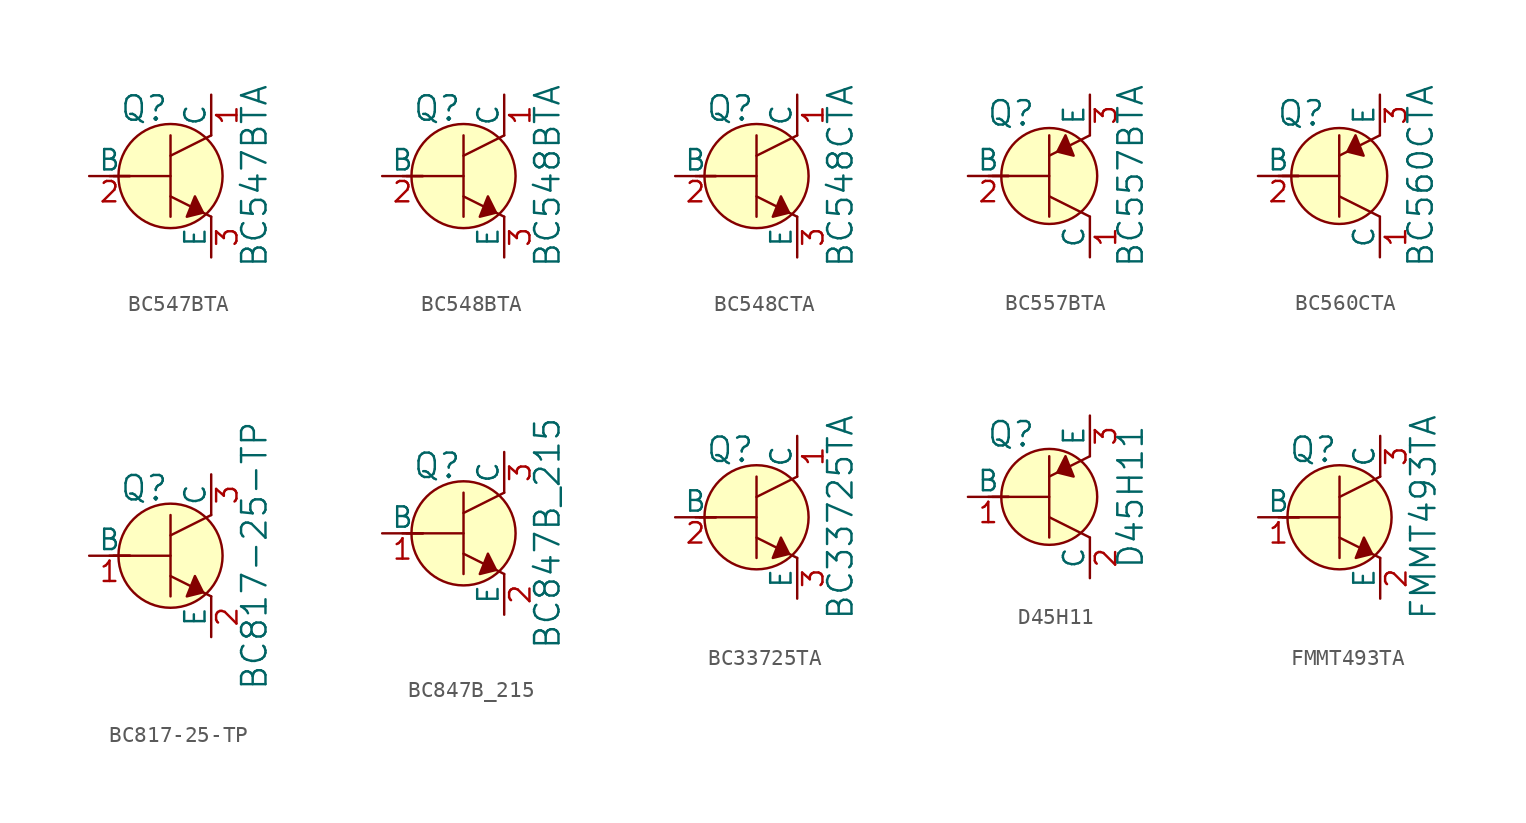
<source format=kicad_sym>
(kicad_symbol_lib
  (version 20231120)
  (generator "kicad_symbol_editor")
  (generator_version "8.0")
  (symbol "BC547BTA"
    (pin_names
      (offset 0))
    (property "Reference" "Q"
      (at -3.2 4.216 0)
      (effects (font (size 1.524 1.524)) (justify left)))
    (property "Value" "BC547BTA"
      (at 5.232 0 90)
      (effects (font (size 1.524 1.524))))
    (symbol "BC547BTA_0_1"
      (polyline (pts (xy -3.81 0) (xy -2.54 0)) (stroke (width 0) (type solid)) (fill (type none)))
      (polyline (pts (xy -3.556 0) (xy 0 0)) (stroke (width 0) (type solid)) (fill (type none)))
      (polyline (pts (xy 0 -1.27) (xy 2.54 -2.54)) (stroke (width 0) (type solid)) (fill (type none)))
      (polyline (pts (xy 0 1.27) (xy 2.54 2.54)) (stroke (width 0) (type solid)) (fill (type none)))
      (polyline (pts (xy 0 2.54) (xy 0 -2.54)) (stroke (width 0) (type solid)) (fill (type none)))
      (polyline (pts (xy 1.524 -1.27) (xy 2.032 -2.286) (xy 1.016 -2.54) (xy 1.524 -1.27)) (stroke (width 0) (type solid)) (fill (type outline)))
      (circle (center 0 0) (radius 3.251) (stroke (width 0) (type solid)) (fill (type background))))
    (symbol "BC547BTA_1_1"
      (pin passive line (at 2.54 5.08 270) (length 2.54) (name "C" (effects (font (size 1.27 1.27)))) (number "1" (effects (font (size 1.27 1.27)))))
      (pin input line (at -5.08 0 0) (length 2.54) (name "B" (effects (font (size 1.27 1.27)))) (number "2" (effects (font (size 1.27 1.27)))))
      (pin passive line (at 2.54 -5.08 90) (length 2.54) (name "E" (effects (font (size 1.27 1.27)))) (number "3" (effects (font (size 1.27 1.27)))))))
  (symbol "BC548BTA"
    (pin_names
      (offset 0))
    (property "Reference" "Q"
      (at -3.2 4.216 0)
      (effects (font (size 1.524 1.524)) (justify left)))
    (property "Value" "BC548BTA"
      (at 5.232 0 90)
      (effects (font (size 1.524 1.524))))
    (symbol "BC548BTA_0_1"
      (polyline (pts (xy -3.81 0) (xy -2.54 0)) (stroke (width 0) (type solid)) (fill (type none)))
      (polyline (pts (xy -3.556 0) (xy 0 0)) (stroke (width 0) (type solid)) (fill (type none)))
      (polyline (pts (xy 0 -1.27) (xy 2.54 -2.54)) (stroke (width 0) (type solid)) (fill (type none)))
      (polyline (pts (xy 0 1.27) (xy 2.54 2.54)) (stroke (width 0) (type solid)) (fill (type none)))
      (polyline (pts (xy 0 2.54) (xy 0 -2.54)) (stroke (width 0) (type solid)) (fill (type none)))
      (polyline (pts (xy 1.524 -1.27) (xy 2.032 -2.286) (xy 1.016 -2.54) (xy 1.524 -1.27)) (stroke (width 0) (type solid)) (fill (type outline)))
      (circle (center 0 0) (radius 3.251) (stroke (width 0) (type solid)) (fill (type background))))
    (symbol "BC548BTA_1_1"
      (pin passive line (at 2.54 5.08 270) (length 2.54) (name "C" (effects (font (size 1.27 1.27)))) (number "1" (effects (font (size 1.27 1.27)))))
      (pin input line (at -5.08 0 0) (length 2.54) (name "B" (effects (font (size 1.27 1.27)))) (number "2" (effects (font (size 1.27 1.27)))))
      (pin passive line (at 2.54 -5.08 90) (length 2.54) (name "E" (effects (font (size 1.27 1.27)))) (number "3" (effects (font (size 1.27 1.27)))))))
  (symbol "BC548CTA"
    (pin_names
      (offset 0))
    (property "Reference" "Q"
      (at -3.2 4.216 0)
      (effects (font (size 1.524 1.524)) (justify left)))
    (property "Value" "BC548CTA"
      (at 5.232 0 90)
      (effects (font (size 1.524 1.524))))
    (symbol "BC548CTA_0_1"
      (polyline (pts (xy -3.81 0) (xy -2.54 0)) (stroke (width 0) (type solid)) (fill (type none)))
      (polyline (pts (xy -3.556 0) (xy 0 0)) (stroke (width 0) (type solid)) (fill (type none)))
      (polyline (pts (xy 0 -1.27) (xy 2.54 -2.54)) (stroke (width 0) (type solid)) (fill (type none)))
      (polyline (pts (xy 0 1.27) (xy 2.54 2.54)) (stroke (width 0) (type solid)) (fill (type none)))
      (polyline (pts (xy 0 2.54) (xy 0 -2.54)) (stroke (width 0) (type solid)) (fill (type none)))
      (polyline (pts (xy 1.524 -1.27) (xy 2.032 -2.286) (xy 1.016 -2.54) (xy 1.524 -1.27)) (stroke (width 0) (type solid)) (fill (type outline)))
      (circle (center 0 0) (radius 3.251) (stroke (width 0) (type solid)) (fill (type background))))
    (symbol "BC548CTA_1_1"
      (pin passive line (at 2.54 5.08 270) (length 2.54) (name "C" (effects (font (size 1.27 1.27)))) (number "1" (effects (font (size 1.27 1.27)))))
      (pin input line (at -5.08 0 0) (length 2.54) (name "B" (effects (font (size 1.27 1.27)))) (number "2" (effects (font (size 1.27 1.27)))))
      (pin passive line (at 2.54 -5.08 90) (length 2.54) (name "E" (effects (font (size 1.27 1.27)))) (number "3" (effects (font (size 1.27 1.27)))))))
  (symbol "BC557BTA"
    (pin_names
      (offset 0))
    (property "Reference" "Q"
      (at -2.388 3.912 0)
      (effects (font (size 1.524 1.524))))
    (property "Value" "BC557BTA"
      (at 5.08 0 90)
      (effects (font (size 1.524 1.524))))
    (symbol "BC557BTA_0_1"
      (polyline (pts (xy -3.81 0) (xy -2.54 0)) (stroke (width 0) (type solid)) (fill (type none)))
      (polyline (pts (xy -3.556 0) (xy 0 0)) (stroke (width 0) (type solid)) (fill (type none)))
      (polyline (pts (xy 0 -1.27) (xy 2.54 -2.54)) (stroke (width 0) (type solid)) (fill (type none)))
      (polyline (pts (xy 0 1.27) (xy 2.54 2.54)) (stroke (width 0) (type solid)) (fill (type none)))
      (polyline (pts (xy 0 2.54) (xy 0 -2.54)) (stroke (width 0) (type solid)) (fill (type none)))
      (polyline (pts (xy 1.016 2.54) (xy 0.508 1.524) (xy 1.524 1.27) (xy 1.016 2.54)) (stroke (width 0) (type solid)) (fill (type outline)))
      (circle (center 0 0) (radius 2.997) (stroke (width 0) (type solid)) (fill (type background))))
    (symbol "BC557BTA_1_1"
      (pin passive line (at 2.54 -5.08 90) (length 2.54) (name "C" (effects (font (size 1.27 1.27)))) (number "1" (effects (font (size 1.27 1.27)))))
      (pin input line (at -5.08 0 0) (length 2.54) (name "B" (effects (font (size 1.27 1.27)))) (number "2" (effects (font (size 1.27 1.27)))))
      (pin passive line (at 2.54 5.08 270) (length 2.54) (name "E" (effects (font (size 1.27 1.27)))) (number "3" (effects (font (size 1.27 1.27)))))))
  (symbol "BC560CTA"
    (pin_names
      (offset 0))
    (property "Reference" "Q"
      (at -2.388 3.912 0)
      (effects (font (size 1.524 1.524))))
    (property "Value" "BC560CTA"
      (at 5.08 0 90)
      (effects (font (size 1.524 1.524))))
    (symbol "BC560CTA_0_1"
      (polyline (pts (xy -3.81 0) (xy -2.54 0)) (stroke (width 0) (type solid)) (fill (type none)))
      (polyline (pts (xy -3.556 0) (xy 0 0)) (stroke (width 0) (type solid)) (fill (type none)))
      (polyline (pts (xy 0 -1.27) (xy 2.54 -2.54)) (stroke (width 0) (type solid)) (fill (type none)))
      (polyline (pts (xy 0 1.27) (xy 2.54 2.54)) (stroke (width 0) (type solid)) (fill (type none)))
      (polyline (pts (xy 0 2.54) (xy 0 -2.54)) (stroke (width 0) (type solid)) (fill (type none)))
      (polyline (pts (xy 1.016 2.54) (xy 0.508 1.524) (xy 1.524 1.27) (xy 1.016 2.54)) (stroke (width 0) (type solid)) (fill (type outline)))
      (circle (center 0 0) (radius 2.997) (stroke (width 0) (type solid)) (fill (type background))))
    (symbol "BC560CTA_1_1"
      (pin passive line (at 2.54 -5.08 90) (length 2.54) (name "C" (effects (font (size 1.27 1.27)))) (number "1" (effects (font (size 1.27 1.27)))))
      (pin input line (at -5.08 0 0) (length 2.54) (name "B" (effects (font (size 1.27 1.27)))) (number "2" (effects (font (size 1.27 1.27)))))
      (pin passive line (at 2.54 5.08 270) (length 2.54) (name "E" (effects (font (size 1.27 1.27)))) (number "3" (effects (font (size 1.27 1.27)))))))
  (symbol "BC817-25-TP"
    (pin_names
      (offset 0))
    (property "Reference" "Q"
      (at -3.2 4.216 0)
      (effects (font (size 1.524 1.524)) (justify left)))
    (property "Value" "BC817-25-TP"
      (at 5.232 0 90)
      (effects (font (size 1.524 1.524))))
    (symbol "BC817-25-TP_0_1"
      (polyline (pts (xy -3.81 0) (xy -2.54 0)) (stroke (width 0) (type solid)) (fill (type none)))
      (polyline (pts (xy -3.556 0) (xy 0 0)) (stroke (width 0) (type solid)) (fill (type none)))
      (polyline (pts (xy 0 -1.27) (xy 2.54 -2.54)) (stroke (width 0) (type solid)) (fill (type none)))
      (polyline (pts (xy 0 1.27) (xy 2.54 2.54)) (stroke (width 0) (type solid)) (fill (type none)))
      (polyline (pts (xy 0 2.54) (xy 0 -2.54)) (stroke (width 0) (type solid)) (fill (type none)))
      (polyline (pts (xy 1.524 -1.27) (xy 2.032 -2.286) (xy 1.016 -2.54) (xy 1.524 -1.27)) (stroke (width 0) (type solid)) (fill (type outline)))
      (circle (center 0 0) (radius 3.251) (stroke (width 0) (type solid)) (fill (type background))))
    (symbol "BC817-25-TP_1_1"
      (pin input line (at -5.08 0 0) (length 2.54) (name "B" (effects (font (size 1.27 1.27)))) (number "1" (effects (font (size 1.27 1.27)))))
      (pin passive line (at 2.54 -5.08 90) (length 2.54) (name "E" (effects (font (size 1.27 1.27)))) (number "2" (effects (font (size 1.27 1.27)))))
      (pin passive line (at 2.54 5.08 270) (length 2.54) (name "C" (effects (font (size 1.27 1.27)))) (number "3" (effects (font (size 1.27 1.27)))))))
  (symbol "BC847B_215"
    (pin_names
      (offset 0))
    (property "Reference" "Q"
      (at -3.2 4.216 0)
      (effects (font (size 1.524 1.524)) (justify left)))
    (property "Value" "BC847B_215"
      (at 5.232 0 90)
      (effects (font (size 1.524 1.524))))
    (symbol "BC847B_215_0_1"
      (polyline (pts (xy -3.81 0) (xy -2.54 0)) (stroke (width 0) (type solid)) (fill (type none)))
      (polyline (pts (xy -3.556 0) (xy 0 0)) (stroke (width 0) (type solid)) (fill (type none)))
      (polyline (pts (xy 0 -1.27) (xy 2.54 -2.54)) (stroke (width 0) (type solid)) (fill (type none)))
      (polyline (pts (xy 0 1.27) (xy 2.54 2.54)) (stroke (width 0) (type solid)) (fill (type none)))
      (polyline (pts (xy 0 2.54) (xy 0 -2.54)) (stroke (width 0) (type solid)) (fill (type none)))
      (polyline (pts (xy 1.524 -1.27) (xy 2.032 -2.286) (xy 1.016 -2.54) (xy 1.524 -1.27)) (stroke (width 0) (type solid)) (fill (type outline)))
      (circle (center 0 0) (radius 3.251) (stroke (width 0) (type solid)) (fill (type background))))
    (symbol "BC847B_215_1_1"
      (pin input line (at -5.08 0 0) (length 2.54) (name "B" (effects (font (size 1.27 1.27)))) (number "1" (effects (font (size 1.27 1.27)))))
      (pin passive line (at 2.54 -5.08 90) (length 2.54) (name "E" (effects (font (size 1.27 1.27)))) (number "2" (effects (font (size 1.27 1.27)))))
      (pin passive line (at 2.54 5.08 270) (length 2.54) (name "C" (effects (font (size 1.27 1.27)))) (number "3" (effects (font (size 1.27 1.27)))))))
  (symbol "BC33725TA"
    (pin_names
      (offset 0))
    (property "Reference" "Q"
      (at -3.2 4.216 0)
      (effects (font (size 1.524 1.524)) (justify left)))
    (property "Value" "BC33725TA"
      (at 5.232 0 90)
      (effects (font (size 1.524 1.524))))
    (symbol "BC33725TA_0_1"
      (polyline (pts (xy -3.81 0) (xy -2.54 0)) (stroke (width 0) (type solid)) (fill (type none)))
      (polyline (pts (xy -3.556 0) (xy 0 0)) (stroke (width 0) (type solid)) (fill (type none)))
      (polyline (pts (xy 0 -1.27) (xy 2.54 -2.54)) (stroke (width 0) (type solid)) (fill (type none)))
      (polyline (pts (xy 0 1.27) (xy 2.54 2.54)) (stroke (width 0) (type solid)) (fill (type none)))
      (polyline (pts (xy 0 2.54) (xy 0 -2.54)) (stroke (width 0) (type solid)) (fill (type none)))
      (polyline (pts (xy 1.524 -1.27) (xy 2.032 -2.286) (xy 1.016 -2.54) (xy 1.524 -1.27)) (stroke (width 0) (type solid)) (fill (type outline)))
      (circle (center 0 0) (radius 3.251) (stroke (width 0) (type solid)) (fill (type background))))
    (symbol "BC33725TA_1_1"
      (pin passive line (at 2.54 5.08 270) (length 2.54) (name "C" (effects (font (size 1.27 1.27)))) (number "1" (effects (font (size 1.27 1.27)))))
      (pin input line (at -5.08 0 0) (length 2.54) (name "B" (effects (font (size 1.27 1.27)))) (number "2" (effects (font (size 1.27 1.27)))))
      (pin passive line (at 2.54 -5.08 90) (length 2.54) (name "E" (effects (font (size 1.27 1.27)))) (number "3" (effects (font (size 1.27 1.27)))))))
  (symbol "D45H11"
    (pin_names
      (offset 0))
    (property "Reference" "Q"
      (at -2.388 3.912 0)
      (effects (font (size 1.524 1.524))))
    (property "Value" "D45H11"
      (at 5.08 0 90)
      (effects (font (size 1.524 1.524))))
    (symbol "D45H11_0_1"
      (polyline (pts (xy -3.81 0) (xy -2.54 0)) (stroke (width 0) (type solid)) (fill (type none)))
      (polyline (pts (xy -3.556 0) (xy 0 0)) (stroke (width 0) (type solid)) (fill (type none)))
      (polyline (pts (xy 0 -1.27) (xy 2.54 -2.54)) (stroke (width 0) (type solid)) (fill (type none)))
      (polyline (pts (xy 0 1.27) (xy 2.54 2.54)) (stroke (width 0) (type solid)) (fill (type none)))
      (polyline (pts (xy 0 2.54) (xy 0 -2.54)) (stroke (width 0) (type solid)) (fill (type none)))
      (polyline (pts (xy 1.016 2.54) (xy 0.508 1.524) (xy 1.524 1.27) (xy 1.016 2.54)) (stroke (width 0) (type solid)) (fill (type outline)))
      (circle (center 0 0) (radius 2.997) (stroke (width 0) (type solid)) (fill (type background))))
    (symbol "D45H11_1_1"
      (pin input line (at -5.08 0 0) (length 2.54) (name "B" (effects (font (size 1.27 1.27)))) (number "1" (effects (font (size 1.27 1.27)))))
      (pin passive line (at 2.54 -5.08 90) (length 2.54) (name "C" (effects (font (size 1.27 1.27)))) (number "2" (effects (font (size 1.27 1.27)))))
      (pin passive line (at 2.54 5.08 270) (length 2.54) (name "E" (effects (font (size 1.27 1.27)))) (number "3" (effects (font (size 1.27 1.27)))))))
  (symbol "FMMT493TA"
    (pin_names
      (offset 0))
    (property "Reference" "Q"
      (at -3.2 4.216 0)
      (effects (font (size 1.524 1.524)) (justify left)))
    (property "Value" "FMMT493TA"
      (at 5.232 0 90)
      (effects (font (size 1.524 1.524))))
    (symbol "FMMT493TA_0_1"
      (polyline (pts (xy -3.81 0) (xy -2.54 0)) (stroke (width 0) (type solid)) (fill (type none)))
      (polyline (pts (xy -3.556 0) (xy 0 0)) (stroke (width 0) (type solid)) (fill (type none)))
      (polyline (pts (xy 0 -1.27) (xy 2.54 -2.54)) (stroke (width 0) (type solid)) (fill (type none)))
      (polyline (pts (xy 0 1.27) (xy 2.54 2.54)) (stroke (width 0) (type solid)) (fill (type none)))
      (polyline (pts (xy 0 2.54) (xy 0 -2.54)) (stroke (width 0) (type solid)) (fill (type none)))
      (polyline (pts (xy 1.524 -1.27) (xy 2.032 -2.286) (xy 1.016 -2.54) (xy 1.524 -1.27)) (stroke (width 0) (type solid)) (fill (type outline)))
      (circle (center 0 0) (radius 3.251) (stroke (width 0) (type solid)) (fill (type background))))
    (symbol "FMMT493TA_1_1"
      (pin input line (at -5.08 0 0) (length 2.54) (name "B" (effects (font (size 1.27 1.27)))) (number "1" (effects (font (size 1.27 1.27)))))
      (pin passive line (at 2.54 -5.08 90) (length 2.54) (name "E" (effects (font (size 1.27 1.27)))) (number "2" (effects (font (size 1.27 1.27)))))
      (pin passive line (at 2.54 5.08 270) (length 2.54) (name "C" (effects (font (size 1.27 1.27)))) (number "3" (effects (font (size 1.27 1.27))))))))
</source>
